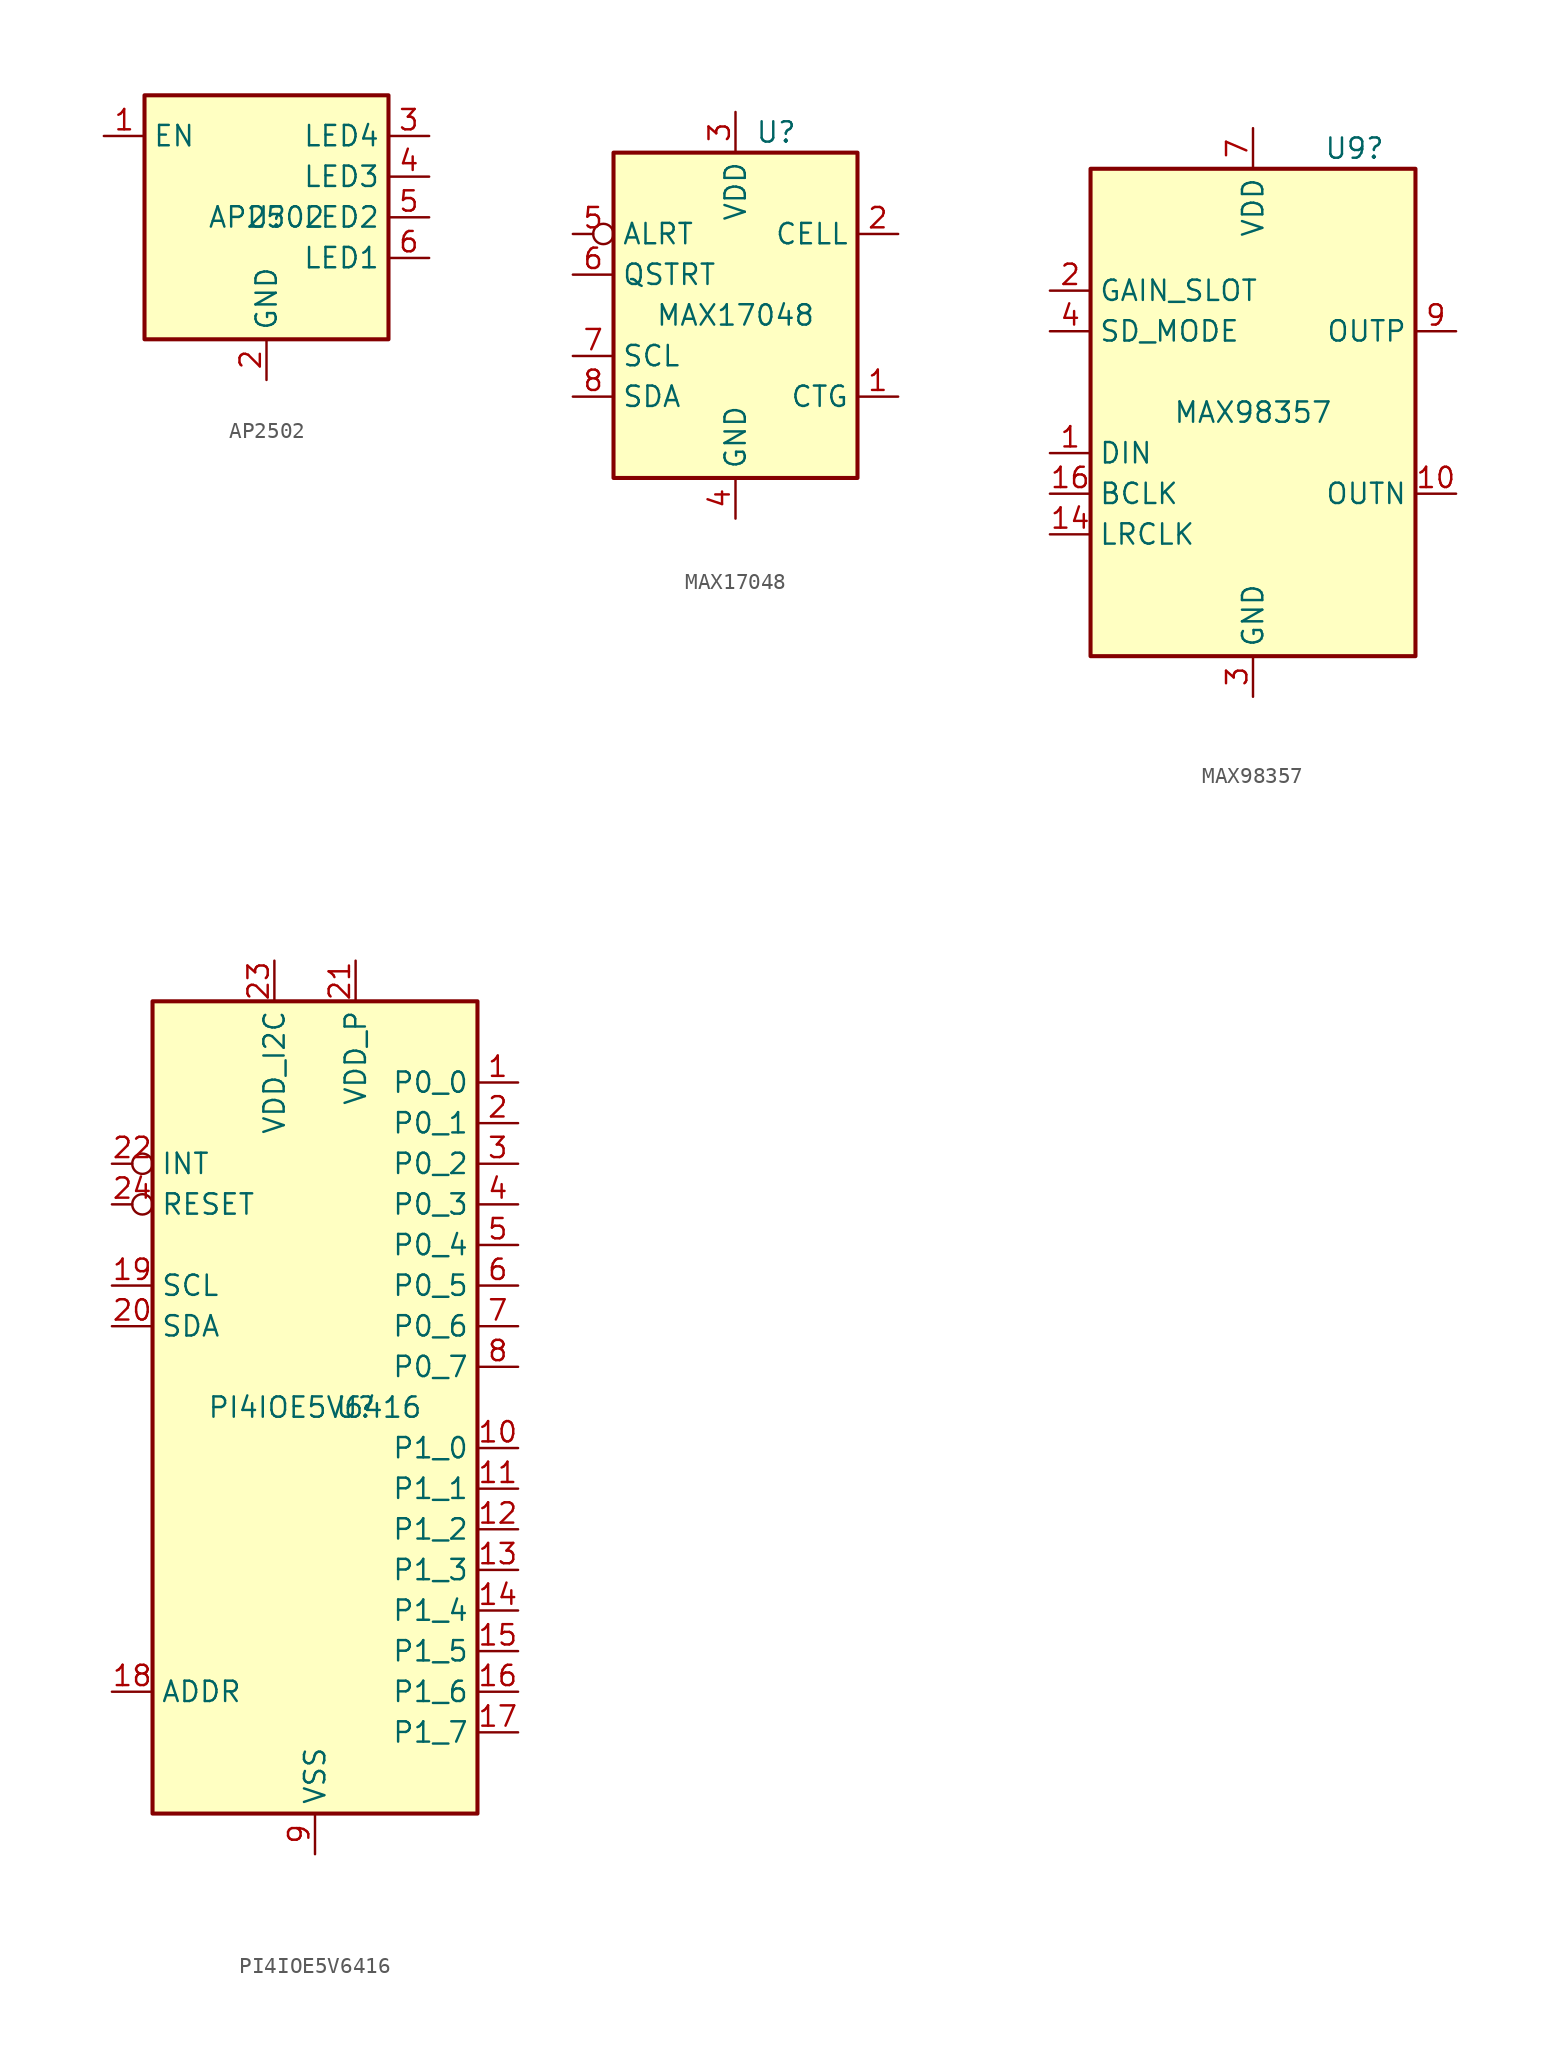
<source format=kicad_sym>
(kicad_symbol_lib
  (version 20220914)
  (generator kicad_symbol_editor)
  (symbol "AP2502"
    (property "Reference" "U"
      (at 0 0 0)
      (effects (font (size 1.27 1.27))))
    (property "Value" "AP2502"
      (at 0 0 0)
      (effects (font (size 1.27 1.27))))
    (symbol "AP2502_1_1"
      (rectangle (start -7.62 7.62) (end 7.62 -7.62) (stroke (width 0.254) (type default)) (fill (type background)))
      (pin input line (at -10.16 5.08 0) (length 2.54) (name "EN" (effects (font (size 1.27 1.27)))) (number "1" (effects (font (size 1.27 1.27)))))
      (pin power_in line (at 0 -10.16 90) (length 2.54) (name "GND" (effects (font (size 1.27 1.27)))) (number "2" (effects (font (size 1.27 1.27)))))
      (pin bidirectional line (at 10.16 5.08 180) (length 2.54) (name "LED4" (effects (font (size 1.27 1.27)))) (number "3" (effects (font (size 1.27 1.27)))))
      (pin bidirectional line (at 10.16 2.54 180) (length 2.54) (name "LED3" (effects (font (size 1.27 1.27)))) (number "4" (effects (font (size 1.27 1.27)))))
      (pin bidirectional line (at 10.16 0 180) (length 2.54) (name "LED2" (effects (font (size 1.27 1.27)))) (number "5" (effects (font (size 1.27 1.27)))))
      (pin bidirectional line (at 10.16 -2.54 180) (length 2.54) (name "LED1" (effects (font (size 1.27 1.27)))) (number "6" (effects (font (size 1.27 1.27)))))))
  (symbol "MAX17048"
    (property "Reference" "U"
      (at 2.54 11.43 0)
      (effects (font (size 1.27 1.27))))
    (property "Value" "MAX17048"
      (at 0 0 0)
      (effects (font (size 1.27 1.27))))
    (symbol "MAX17048_1_1"
      (rectangle (start -7.62 10.16) (end 7.62 -10.16) (stroke (width 0.254) (type default)) (fill (type background)))
      (pin input line (at 10.16 -5.08 180) (length 2.54) (name "CTG" (effects (font (size 1.27 1.27)))) (number "1" (effects (font (size 1.27 1.27)))))
      (pin input line (at 10.16 5.08 180) (length 2.54) (name "CELL" (effects (font (size 1.27 1.27)))) (number "2" (effects (font (size 1.27 1.27)))))
      (pin power_in line (at 0 12.7 270) (length 2.54) (name "VDD" (effects (font (size 1.27 1.27)))) (number "3" (effects (font (size 1.27 1.27)))))
      (pin power_in line (at 0 -12.7 90) (length 2.54) (name "GND" (effects (font (size 1.27 1.27)))) (number "4" (effects (font (size 1.27 1.27)))))
      (pin output inverted (at -10.16 5.08 0) (length 2.54) (name "ALRT" (effects (font (size 1.27 1.27)))) (number "5" (effects (font (size 1.27 1.27)))))
      (pin input line (at -10.16 2.54 0) (length 2.54) (name "QSTRT" (effects (font (size 1.27 1.27)))) (number "6" (effects (font (size 1.27 1.27)))))
      (pin input line (at -10.16 -2.54 0) (length 2.54) (name "SCL" (effects (font (size 1.27 1.27)))) (number "7" (effects (font (size 1.27 1.27)))))
      (pin bidirectional line (at -10.16 -5.08 0) (length 2.54) (name "SDA" (effects (font (size 1.27 1.27)))) (number "8" (effects (font (size 1.27 1.27)))))
      (pin passive line (at 0 -12.7 90) (length 2.54) hide (name "GND" (effects (font (size 1.27 1.27)))) (number "9" (effects (font (size 1.27 1.27)))))))
  (symbol "MAX98357"
    (property "Reference" "U9"
      (at 6.35 16.51 0)
      (effects (font (size 1.27 1.27))))
    (property "Value" "MAX98357"
      (at 0 0 0)
      (effects (font (size 1.27 1.27))))
    (symbol "MAX98357_1_1"
      (rectangle (start -10.16 15.24) (end 10.16 -15.24) (stroke (width 0.254) (type default)) (fill (type background)))
      (pin input line (at -12.7 -2.54 0) (length 2.54) (name "DIN" (effects (font (size 1.27 1.27)))) (number "1" (effects (font (size 1.27 1.27)))))
      (pin output line (at 12.7 -5.08 180) (length 2.54) (name "OUTN" (effects (font (size 1.27 1.27)))) (number "10" (effects (font (size 1.27 1.27)))))
      (pin passive line (at 0 -17.78 90) (length 2.54) hide (name "GND" (effects (font (size 1.27 1.27)))) (number "11" (effects (font (size 1.27 1.27)))))
      (pin no_connect line (at 12.7 -10.16 180) (length 2.54) hide (name "NC" (effects (font (size 1.27 1.27)))) (number "12" (effects (font (size 1.27 1.27)))))
      (pin no_connect line (at 12.7 -12.7 180) (length 2.54) hide (name "NC" (effects (font (size 1.27 1.27)))) (number "13" (effects (font (size 1.27 1.27)))))
      (pin input line (at -12.7 -7.62 0) (length 2.54) (name "LRCLK" (effects (font (size 1.27 1.27)))) (number "14" (effects (font (size 1.27 1.27)))))
      (pin passive line (at 0 -17.78 90) (length 2.54) hide (name "GND" (effects (font (size 1.27 1.27)))) (number "15" (effects (font (size 1.27 1.27)))))
      (pin input line (at -12.7 -5.08 0) (length 2.54) (name "BCLK" (effects (font (size 1.27 1.27)))) (number "16" (effects (font (size 1.27 1.27)))))
      (pin passive line (at 0 -17.78 90) (length 2.54) hide (name "GND" (effects (font (size 1.27 1.27)))) (number "17" (effects (font (size 1.27 1.27)))))
      (pin input line (at -12.7 7.62 0) (length 2.54) (name "GAIN_SLOT" (effects (font (size 1.27 1.27)))) (number "2" (effects (font (size 1.27 1.27)))))
      (pin power_in line (at 0 -17.78 90) (length 2.54) (name "GND" (effects (font (size 1.27 1.27)))) (number "3" (effects (font (size 1.27 1.27)))))
      (pin input line (at -12.7 5.08 0) (length 2.54) (name "SD_MODE" (effects (font (size 1.27 1.27)))) (number "4" (effects (font (size 1.27 1.27)))))
      (pin no_connect line (at 12.7 12.7 180) (length 2.54) hide (name "NC" (effects (font (size 1.27 1.27)))) (number "5" (effects (font (size 1.27 1.27)))))
      (pin no_connect line (at 12.7 10.16 180) (length 2.54) hide (name "NC" (effects (font (size 1.27 1.27)))) (number "6" (effects (font (size 1.27 1.27)))))
      (pin power_in line (at 0 17.78 270) (length 2.54) (name "VDD" (effects (font (size 1.27 1.27)))) (number "7" (effects (font (size 1.27 1.27)))))
      (pin passive line (at 0 17.78 270) (length 2.54) hide (name "VDD" (effects (font (size 1.27 1.27)))) (number "8" (effects (font (size 1.27 1.27)))))
      (pin output line (at 12.7 5.08 180) (length 2.54) (name "OUTP" (effects (font (size 1.27 1.27)))) (number "9" (effects (font (size 1.27 1.27)))))))
  (symbol "PI4IOE5V6416"
    (property "Reference" "U"
      (at 2.54 0 0)
      (effects (font (size 1.27 1.27))))
    (property "Value" "PI4IOE5V6416"
      (at 0 0 0)
      (effects (font (size 1.27 1.27))))
    (symbol "PI4IOE5V6416_1_1"
      (rectangle (start -10.16 25.4) (end 10.16 -25.4) (stroke (width 0.254) (type default)) (fill (type background)))
      (pin bidirectional line (at 12.7 20.32 180) (length 2.54) (name "P0_0" (effects (font (size 1.27 1.27)))) (number "1" (effects (font (size 1.27 1.27)))))
      (pin bidirectional line (at 12.7 -2.54 180) (length 2.54) (name "P1_0" (effects (font (size 1.27 1.27)))) (number "10" (effects (font (size 1.27 1.27)))))
      (pin bidirectional line (at 12.7 -5.08 180) (length 2.54) (name "P1_1" (effects (font (size 1.27 1.27)))) (number "11" (effects (font (size 1.27 1.27)))))
      (pin bidirectional line (at 12.7 -7.62 180) (length 2.54) (name "P1_2" (effects (font (size 1.27 1.27)))) (number "12" (effects (font (size 1.27 1.27)))))
      (pin bidirectional line (at 12.7 -10.16 180) (length 2.54) (name "P1_3" (effects (font (size 1.27 1.27)))) (number "13" (effects (font (size 1.27 1.27)))))
      (pin bidirectional line (at 12.7 -12.7 180) (length 2.54) (name "P1_4" (effects (font (size 1.27 1.27)))) (number "14" (effects (font (size 1.27 1.27)))))
      (pin bidirectional line (at 12.7 -15.24 180) (length 2.54) (name "P1_5" (effects (font (size 1.27 1.27)))) (number "15" (effects (font (size 1.27 1.27)))))
      (pin bidirectional line (at 12.7 -17.78 180) (length 2.54) (name "P1_6" (effects (font (size 1.27 1.27)))) (number "16" (effects (font (size 1.27 1.27)))))
      (pin bidirectional line (at 12.7 -20.32 180) (length 2.54) (name "P1_7" (effects (font (size 1.27 1.27)))) (number "17" (effects (font (size 1.27 1.27)))))
      (pin input line (at -12.7 -17.78 0) (length 2.54) (name "ADDR" (effects (font (size 1.27 1.27)))) (number "18" (effects (font (size 1.27 1.27)))))
      (pin input line (at -12.7 7.62 0) (length 2.54) (name "SCL" (effects (font (size 1.27 1.27)))) (number "19" (effects (font (size 1.27 1.27)))))
      (pin bidirectional line (at 12.7 17.78 180) (length 2.54) (name "P0_1" (effects (font (size 1.27 1.27)))) (number "2" (effects (font (size 1.27 1.27)))))
      (pin bidirectional line (at -12.7 5.08 0) (length 2.54) (name "SDA" (effects (font (size 1.27 1.27)))) (number "20" (effects (font (size 1.27 1.27)))))
      (pin power_in line (at 2.54 27.94 270) (length 2.54) (name "VDD_P" (effects (font (size 1.27 1.27)))) (number "21" (effects (font (size 1.27 1.27)))))
      (pin output inverted (at -12.7 15.24 0) (length 2.54) (name "INT" (effects (font (size 1.27 1.27)))) (number "22" (effects (font (size 1.27 1.27)))))
      (pin power_in line (at -2.54 27.94 270) (length 2.54) (name "VDD_I2C" (effects (font (size 1.27 1.27)))) (number "23" (effects (font (size 1.27 1.27)))))
      (pin input inverted (at -12.7 12.7 0) (length 2.54) (name "RESET" (effects (font (size 1.27 1.27)))) (number "24" (effects (font (size 1.27 1.27)))))
      (pin passive line (at 0 -27.94 90) (length 2.54) hide (name "VSS" (effects (font (size 1.27 1.27)))) (number "25" (effects (font (size 1.27 1.27)))))
      (pin bidirectional line (at 12.7 15.24 180) (length 2.54) (name "P0_2" (effects (font (size 1.27 1.27)))) (number "3" (effects (font (size 1.27 1.27)))))
      (pin bidirectional line (at 12.7 12.7 180) (length 2.54) (name "P0_3" (effects (font (size 1.27 1.27)))) (number "4" (effects (font (size 1.27 1.27)))))
      (pin bidirectional line (at 12.7 10.16 180) (length 2.54) (name "P0_4" (effects (font (size 1.27 1.27)))) (number "5" (effects (font (size 1.27 1.27)))))
      (pin bidirectional line (at 12.7 7.62 180) (length 2.54) (name "P0_5" (effects (font (size 1.27 1.27)))) (number "6" (effects (font (size 1.27 1.27)))))
      (pin bidirectional line (at 12.7 5.08 180) (length 2.54) (name "P0_6" (effects (font (size 1.27 1.27)))) (number "7" (effects (font (size 1.27 1.27)))))
      (pin bidirectional line (at 12.7 2.54 180) (length 2.54) (name "P0_7" (effects (font (size 1.27 1.27)))) (number "8" (effects (font (size 1.27 1.27)))))
      (pin power_in line (at 0 -27.94 90) (length 2.54) (name "VSS" (effects (font (size 1.27 1.27)))) (number "9" (effects (font (size 1.27 1.27))))))))
</source>
